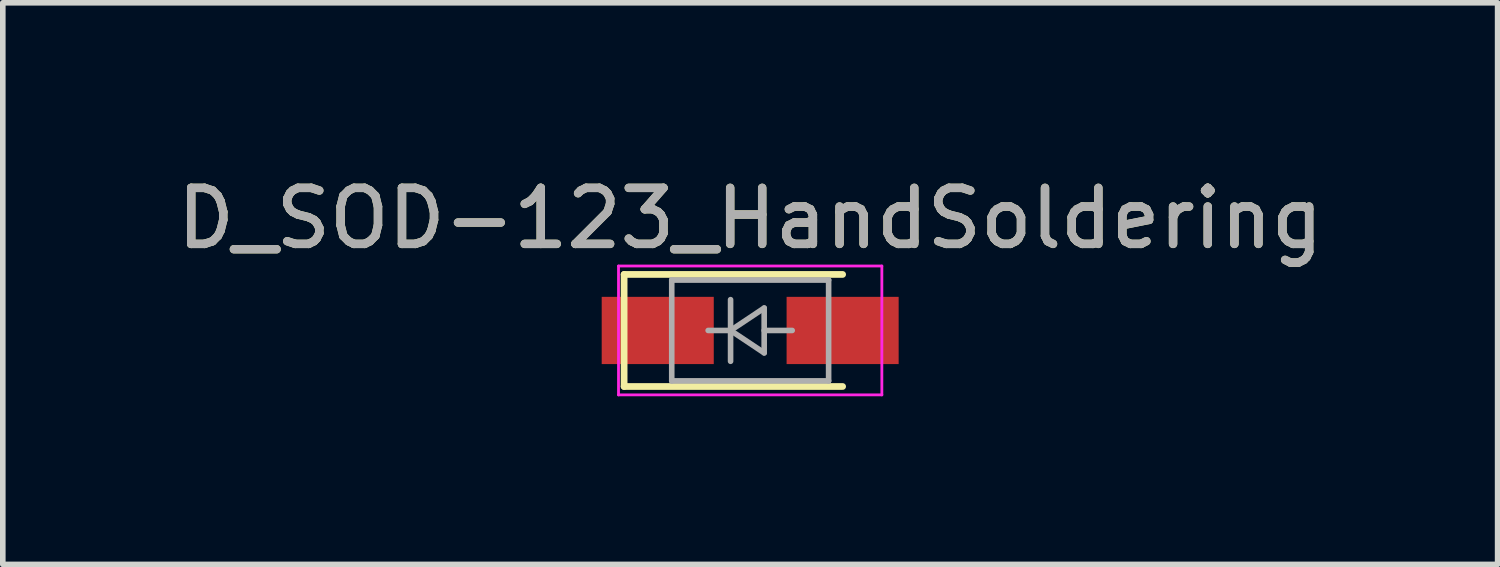
<source format=kicad_pcb>
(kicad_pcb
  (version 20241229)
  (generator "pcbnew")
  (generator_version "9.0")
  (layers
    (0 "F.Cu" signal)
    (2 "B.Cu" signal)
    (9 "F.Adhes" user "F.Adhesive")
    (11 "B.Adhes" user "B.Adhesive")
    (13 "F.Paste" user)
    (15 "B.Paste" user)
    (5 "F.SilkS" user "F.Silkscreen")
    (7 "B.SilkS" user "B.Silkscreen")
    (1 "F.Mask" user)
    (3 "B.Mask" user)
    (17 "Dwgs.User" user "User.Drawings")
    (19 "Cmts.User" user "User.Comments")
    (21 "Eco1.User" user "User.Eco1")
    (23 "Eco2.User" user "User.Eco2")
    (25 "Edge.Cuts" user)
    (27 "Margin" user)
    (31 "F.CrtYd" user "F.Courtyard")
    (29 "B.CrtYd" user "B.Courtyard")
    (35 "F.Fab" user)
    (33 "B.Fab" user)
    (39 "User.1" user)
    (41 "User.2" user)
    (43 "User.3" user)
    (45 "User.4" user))
  (footprint "D_SOD-123_HandSoldering"
    (layer "F.Cu")
    (at 10.339 2.848)
    (property "Reference" "D_SOD-123_HandSoldering" (at 0 -2 0) (layer "F.SilkS") (effects (font (size 1 1) (thickness 0.15))))
    (attr smd)
    (fp_line (start -2.25 -1) (end -2.25 1) (stroke (width 0.12) (type solid)) (layer "F.SilkS"))
    (fp_line (start -2.25 -1) (end 1.65 -1) (stroke (width 0.12) (type solid)) (layer "F.SilkS"))
    (fp_line (start -2.25 1) (end 1.65 1) (stroke (width 0.12) (type solid)) (layer "F.SilkS"))
    (fp_line (start -2.35 -1.15) (end -2.35 1.15) (stroke (width 0.05) (type solid)) (layer "F.CrtYd"))
    (fp_line (start -2.35 -1.15) (end 2.35 -1.15) (stroke (width 0.05) (type solid)) (layer "F.CrtYd"))
    (fp_line (start 2.35 -1.15) (end 2.35 1.15) (stroke (width 0.05) (type solid)) (layer "F.CrtYd"))
    (fp_line (start 2.35 1.15) (end -2.35 1.15) (stroke (width 0.05) (type solid)) (layer "F.CrtYd"))
    (fp_line (start -1.4 -0.9) (end 1.4 -0.9) (stroke (width 0.1) (type solid)) (layer "F.Fab"))
    (fp_line (start -1.4 0.9) (end -1.4 -0.9) (stroke (width 0.1) (type solid)) (layer "F.Fab"))
    (fp_line (start -0.75 0) (end -0.35 0) (stroke (width 0.1) (type solid)) (layer "F.Fab"))
    (fp_line (start -0.35 0) (end -0.35 -0.55) (stroke (width 0.1) (type solid)) (layer "F.Fab"))
    (fp_line (start -0.35 0) (end -0.35 0.55) (stroke (width 0.1) (type solid)) (layer "F.Fab"))
    (fp_line (start -0.35 0) (end 0.25 -0.4) (stroke (width 0.1) (type solid)) (layer "F.Fab"))
    (fp_line (start 0.25 -0.4) (end 0.25 0.4) (stroke (width 0.1) (type solid)) (layer "F.Fab"))
    (fp_line (start 0.25 0) (end 0.75 0) (stroke (width 0.1) (type solid)) (layer "F.Fab"))
    (fp_line (start 0.25 0.4) (end -0.35 0) (stroke (width 0.1) (type solid)) (layer "F.Fab"))
    (fp_line (start 1.4 -0.9) (end 1.4 0.9) (stroke (width 0.1) (type solid)) (layer "F.Fab"))
    (fp_line (start 1.4 0.9) (end -1.4 0.9) (stroke (width 0.1) (type solid)) (layer "F.Fab"))
    (fp_text user "${REFERENCE}" (at 0 -2 0) (layer "F.Fab") (effects (font (size 1 1) (thickness 0.15))))
    (pad "1" smd rect (at -1.65 0) (size 2 1.2) (layers "F.Cu" "F.Mask" "F.Paste"))
    (pad "2" smd rect (at 1.65 0) (size 2 1.2) (layers "F.Cu" "F.Mask" "F.Paste")))
  (gr_rect
    (start -3 -3)
    (end 23.679 7.023)
    (stroke (width 0.1) (type default))
    (fill no)
    (layer "Edge.Cuts")))
</source>
